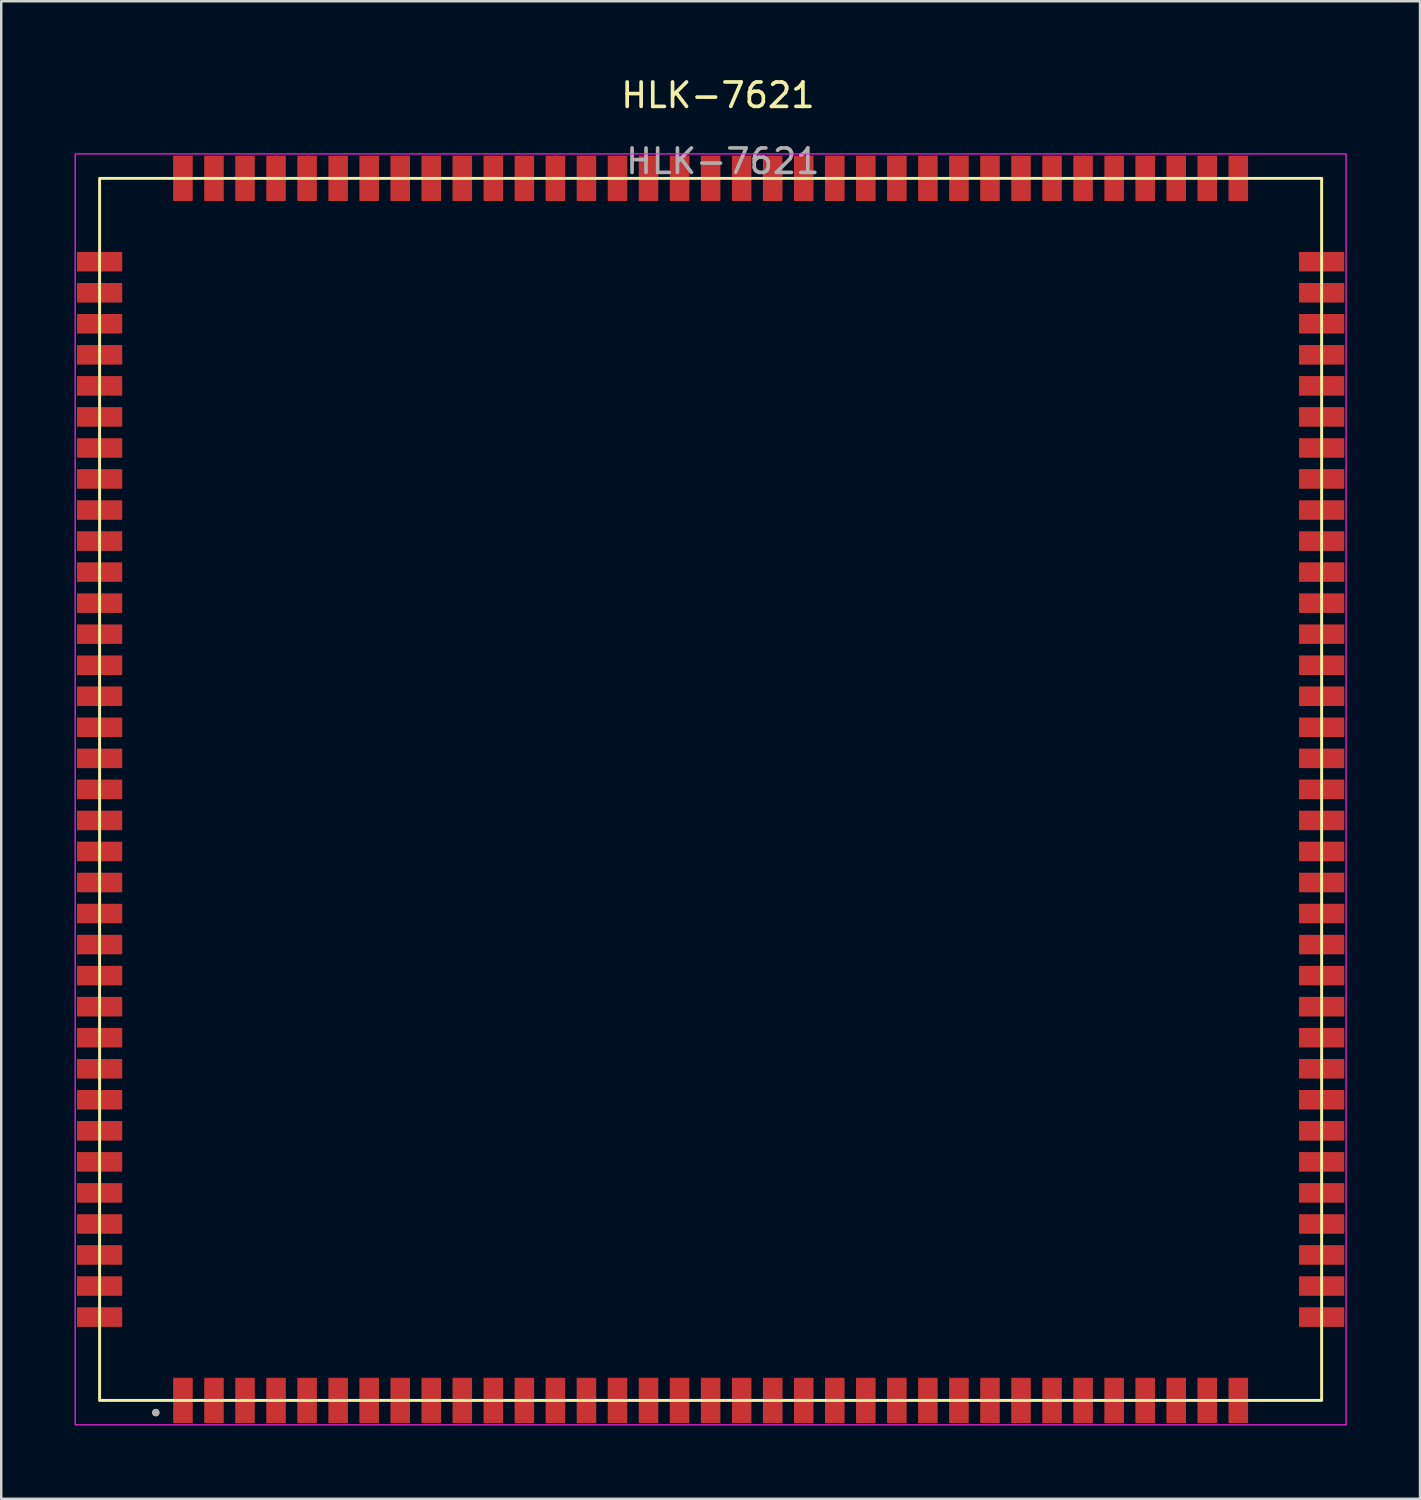
<source format=kicad_pcb>
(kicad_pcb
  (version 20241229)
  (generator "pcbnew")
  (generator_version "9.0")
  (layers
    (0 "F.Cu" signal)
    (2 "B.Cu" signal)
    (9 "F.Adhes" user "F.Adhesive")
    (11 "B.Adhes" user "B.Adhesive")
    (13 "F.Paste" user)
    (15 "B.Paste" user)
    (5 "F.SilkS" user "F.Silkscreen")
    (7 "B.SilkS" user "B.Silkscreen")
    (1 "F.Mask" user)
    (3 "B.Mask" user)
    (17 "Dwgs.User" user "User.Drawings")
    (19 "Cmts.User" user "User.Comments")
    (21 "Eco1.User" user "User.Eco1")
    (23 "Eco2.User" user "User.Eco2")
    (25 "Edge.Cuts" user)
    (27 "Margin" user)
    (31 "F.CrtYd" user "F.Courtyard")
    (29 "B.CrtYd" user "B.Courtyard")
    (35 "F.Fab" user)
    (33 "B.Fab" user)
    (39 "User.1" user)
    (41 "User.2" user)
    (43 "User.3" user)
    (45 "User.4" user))
  (footprint "HLK-7621"
    (layer "F.Cu")
    (at 26.025 29.248)
    (property "Reference" "HLK-7621" (at 0.3 -28.4 0) (unlocked yes) (layer "F.SilkS") (effects (font (size 1 1) (thickness 0.15))))
    (attr smd)
    (fp_rect (start -25 -25) (end 25 25) (stroke (width 0.12) (type solid)) (fill no) (layer "F.SilkS"))
    (fp_circle (center -22.7 25.5) (end -22.625 25.5) (stroke (width 0.15) (type solid)) (fill no) (layer "F.SilkS"))
    (fp_rect (start -26 -26) (end 26 26) (stroke (width 0.05) (type solid)) (fill no) (layer "F.CrtYd"))
    (fp_circle (center -22.7 25.5) (end -22.625 25.5) (stroke (width 0.15) (type solid)) (fill no) (layer "F.Fab"))
    (fp_text user "${REFERENCE}" (at 0.5 -25.7 0) (unlocked yes) (layer "F.Fab") (effects (font (size 1 1) (thickness 0.15))))
    (pad "1" smd roundrect (at -21.59 25) (size 0.8 1.85) (layers "F.Cu" "F.Mask" "F.Paste") (roundrect_rratio 0.025))
    (pad "2" smd roundrect (at -20.32 25) (size 0.8 1.85) (layers "F.Cu" "F.Mask" "F.Paste") (roundrect_rratio 0.025))
    (pad "3" smd roundrect (at -19.05 25) (size 0.8 1.85) (layers "F.Cu" "F.Mask" "F.Paste") (roundrect_rratio 0.025))
    (pad "4" smd roundrect (at -17.78 25) (size 0.8 1.85) (layers "F.Cu" "F.Mask" "F.Paste") (roundrect_rratio 0.025))
    (pad "5" smd roundrect (at -16.51 25) (size 0.8 1.85) (layers "F.Cu" "F.Mask" "F.Paste") (roundrect_rratio 0.025))
    (pad "6" smd roundrect (at -15.24 25) (size 0.8 1.85) (layers "F.Cu" "F.Mask" "F.Paste") (roundrect_rratio 0.025))
    (pad "7" smd roundrect (at -13.97 25) (size 0.8 1.85) (layers "F.Cu" "F.Mask" "F.Paste") (roundrect_rratio 0.025))
    (pad "8" smd roundrect (at -12.7 25) (size 0.8 1.85) (layers "F.Cu" "F.Mask" "F.Paste") (roundrect_rratio 0.025))
    (pad "9" smd roundrect (at -11.43 25) (size 0.8 1.85) (layers "F.Cu" "F.Mask" "F.Paste") (roundrect_rratio 0.025))
    (pad "10" smd roundrect (at -10.16 25) (size 0.8 1.85) (layers "F.Cu" "F.Mask" "F.Paste") (roundrect_rratio 0.025))
    (pad "11" smd roundrect (at -8.89 25) (size 0.8 1.85) (layers "F.Cu" "F.Mask" "F.Paste") (roundrect_rratio 0.025))
    (pad "12" smd roundrect (at -7.62 25) (size 0.8 1.85) (layers "F.Cu" "F.Mask" "F.Paste") (roundrect_rratio 0.025))
    (pad "13" smd roundrect (at -6.35 25) (size 0.8 1.85) (layers "F.Cu" "F.Mask" "F.Paste") (roundrect_rratio 0.025))
    (pad "14" smd roundrect (at -5.08 25) (size 0.8 1.85) (layers "F.Cu" "F.Mask" "F.Paste") (roundrect_rratio 0.025))
    (pad "15" smd roundrect (at -3.81 25) (size 0.8 1.85) (layers "F.Cu" "F.Mask" "F.Paste") (roundrect_rratio 0.025))
    (pad "16" smd roundrect (at -2.54 25) (size 0.8 1.85) (layers "F.Cu" "F.Mask" "F.Paste") (roundrect_rratio 0.025))
    (pad "17" smd roundrect (at -1.27 25) (size 0.8 1.85) (layers "F.Cu" "F.Mask" "F.Paste") (roundrect_rratio 0.025))
    (pad "18" smd roundrect (at 0 25) (size 0.8 1.85) (layers "F.Cu" "F.Mask" "F.Paste") (roundrect_rratio 0.025))
    (pad "19" smd roundrect (at 1.27 25) (size 0.8 1.85) (layers "F.Cu" "F.Mask" "F.Paste") (roundrect_rratio 0.025))
    (pad "20" smd roundrect (at 2.54 25) (size 0.8 1.85) (layers "F.Cu" "F.Mask" "F.Paste") (roundrect_rratio 0.025))
    (pad "21" smd roundrect (at 3.81 25) (size 0.8 1.85) (layers "F.Cu" "F.Mask" "F.Paste") (roundrect_rratio 0.025))
    (pad "22" smd roundrect (at 5.08 25) (size 0.8 1.85) (layers "F.Cu" "F.Mask" "F.Paste") (roundrect_rratio 0.025))
    (pad "23" smd roundrect (at 6.35 25) (size 0.8 1.85) (layers "F.Cu" "F.Mask" "F.Paste") (roundrect_rratio 0.025))
    (pad "24" smd roundrect (at 7.62 25) (size 0.8 1.85) (layers "F.Cu" "F.Mask" "F.Paste") (roundrect_rratio 0.025))
    (pad "25" smd roundrect (at 8.89 25) (size 0.8 1.85) (layers "F.Cu" "F.Mask" "F.Paste") (roundrect_rratio 0.025))
    (pad "26" smd roundrect (at 10.16 25) (size 0.8 1.85) (layers "F.Cu" "F.Mask" "F.Paste") (roundrect_rratio 0.025))
    (pad "27" smd roundrect (at 11.43 25) (size 0.8 1.85) (layers "F.Cu" "F.Mask" "F.Paste") (roundrect_rratio 0.025))
    (pad "28" smd roundrect (at 12.7 25) (size 0.8 1.85) (layers "F.Cu" "F.Mask" "F.Paste") (roundrect_rratio 0.025))
    (pad "29" smd roundrect (at 13.97 25) (size 0.8 1.85) (layers "F.Cu" "F.Mask" "F.Paste") (roundrect_rratio 0.025))
    (pad "30" smd roundrect (at 15.24 25) (size 0.8 1.85) (layers "F.Cu" "F.Mask" "F.Paste") (roundrect_rratio 0.025))
    (pad "31" smd roundrect (at 16.51 25) (size 0.8 1.85) (layers "F.Cu" "F.Mask" "F.Paste") (roundrect_rratio 0.025))
    (pad "32" smd roundrect (at 17.78 25) (size 0.8 1.85) (layers "F.Cu" "F.Mask" "F.Paste") (roundrect_rratio 0.025))
    (pad "33" smd roundrect (at 19.05 25) (size 0.8 1.85) (layers "F.Cu" "F.Mask" "F.Paste") (roundrect_rratio 0.025))
    (pad "34" smd roundrect (at 20.32 25) (size 0.8 1.85) (layers "F.Cu" "F.Mask" "F.Paste") (roundrect_rratio 0.025))
    (pad "35" smd roundrect (at 21.59 25) (size 0.8 1.85) (layers "F.Cu" "F.Mask" "F.Paste") (roundrect_rratio 0.025))
    (pad "36" smd roundrect (at 25 21.59 90) (size 0.8 1.85) (layers "F.Cu" "F.Mask" "F.Paste") (roundrect_rratio 0.025))
    (pad "37" smd roundrect (at 25 20.32 90) (size 0.8 1.85) (layers "F.Cu" "F.Mask" "F.Paste") (roundrect_rratio 0.025))
    (pad "38" smd roundrect (at 25 19.05 90) (size 0.8 1.85) (layers "F.Cu" "F.Mask" "F.Paste") (roundrect_rratio 0.025))
    (pad "39" smd roundrect (at 25 17.78 90) (size 0.8 1.85) (layers "F.Cu" "F.Mask" "F.Paste") (roundrect_rratio 0.025))
    (pad "40" smd roundrect (at 25 16.51 90) (size 0.8 1.85) (layers "F.Cu" "F.Mask" "F.Paste") (roundrect_rratio 0.025))
    (pad "41" smd roundrect (at 25 15.24 90) (size 0.8 1.85) (layers "F.Cu" "F.Mask" "F.Paste") (roundrect_rratio 0.025))
    (pad "42" smd roundrect (at 25 13.97 90) (size 0.8 1.85) (layers "F.Cu" "F.Mask" "F.Paste") (roundrect_rratio 0.025))
    (pad "43" smd roundrect (at 25 12.7 90) (size 0.8 1.85) (layers "F.Cu" "F.Mask" "F.Paste") (roundrect_rratio 0.025))
    (pad "44" smd roundrect (at 25 11.43 90) (size 0.8 1.85) (layers "F.Cu" "F.Mask" "F.Paste") (roundrect_rratio 0.025))
    (pad "45" smd roundrect (at 25 10.16 90) (size 0.8 1.85) (layers "F.Cu" "F.Mask" "F.Paste") (roundrect_rratio 0.025))
    (pad "46" smd roundrect (at 25 8.89 90) (size 0.8 1.85) (layers "F.Cu" "F.Mask" "F.Paste") (roundrect_rratio 0.025))
    (pad "47" smd roundrect (at 25 7.62 90) (size 0.8 1.85) (layers "F.Cu" "F.Mask" "F.Paste") (roundrect_rratio 0.025))
    (pad "48" smd roundrect (at 25 6.35 90) (size 0.8 1.85) (layers "F.Cu" "F.Mask" "F.Paste") (roundrect_rratio 0.025))
    (pad "49" smd roundrect (at 25 5.08 90) (size 0.8 1.85) (layers "F.Cu" "F.Mask" "F.Paste") (roundrect_rratio 0.025))
    (pad "50" smd roundrect (at 25 3.81 90) (size 0.8 1.85) (layers "F.Cu" "F.Mask" "F.Paste") (roundrect_rratio 0.025))
    (pad "51" smd roundrect (at 25 2.54 90) (size 0.8 1.85) (layers "F.Cu" "F.Mask" "F.Paste") (roundrect_rratio 0.025))
    (pad "52" smd roundrect (at 25 1.27 90) (size 0.8 1.85) (layers "F.Cu" "F.Mask" "F.Paste") (roundrect_rratio 0.025))
    (pad "53" smd roundrect (at 25 0 90) (size 0.8 1.85) (layers "F.Cu" "F.Mask" "F.Paste") (roundrect_rratio 0.025))
    (pad "54" smd roundrect (at 25 -1.27 90) (size 0.8 1.85) (layers "F.Cu" "F.Mask" "F.Paste") (roundrect_rratio 0.025))
    (pad "55" smd roundrect (at 25 -2.54 90) (size 0.8 1.85) (layers "F.Cu" "F.Mask" "F.Paste") (roundrect_rratio 0.025))
    (pad "56" smd roundrect (at 25 -3.81 90) (size 0.8 1.85) (layers "F.Cu" "F.Mask" "F.Paste") (roundrect_rratio 0.025))
    (pad "57" smd roundrect (at 25 -5.08 90) (size 0.8 1.85) (layers "F.Cu" "F.Mask" "F.Paste") (roundrect_rratio 0.025))
    (pad "58" smd roundrect (at 25 -6.35 90) (size 0.8 1.85) (layers "F.Cu" "F.Mask" "F.Paste") (roundrect_rratio 0.025))
    (pad "59" smd roundrect (at 25 -7.62 90) (size 0.8 1.85) (layers "F.Cu" "F.Mask" "F.Paste") (roundrect_rratio 0.025))
    (pad "60" smd roundrect (at 25 -8.89 90) (size 0.8 1.85) (layers "F.Cu" "F.Mask" "F.Paste") (roundrect_rratio 0.025))
    (pad "61" smd roundrect (at 25 -10.16 90) (size 0.8 1.85) (layers "F.Cu" "F.Mask" "F.Paste") (roundrect_rratio 0.025))
    (pad "62" smd roundrect (at 25 -11.43 90) (size 0.8 1.85) (layers "F.Cu" "F.Mask" "F.Paste") (roundrect_rratio 0.025))
    (pad "63" smd roundrect (at 25 -12.7 90) (size 0.8 1.85) (layers "F.Cu" "F.Mask" "F.Paste") (roundrect_rratio 0.025))
    (pad "64" smd roundrect (at 25 -13.97 90) (size 0.8 1.85) (layers "F.Cu" "F.Mask" "F.Paste") (roundrect_rratio 0.025))
    (pad "65" smd roundrect (at 25 -15.24 90) (size 0.8 1.85) (layers "F.Cu" "F.Mask" "F.Paste") (roundrect_rratio 0.025))
    (pad "66" smd roundrect (at 25 -16.51 90) (size 0.8 1.85) (layers "F.Cu" "F.Mask" "F.Paste") (roundrect_rratio 0.025))
    (pad "67" smd roundrect (at 25 -17.78 90) (size 0.8 1.85) (layers "F.Cu" "F.Mask" "F.Paste") (roundrect_rratio 0.025))
    (pad "68" smd roundrect (at 25 -19.05 90) (size 0.8 1.85) (layers "F.Cu" "F.Mask" "F.Paste") (roundrect_rratio 0.025))
    (pad "69" smd roundrect (at 25 -20.32 90) (size 0.8 1.85) (layers "F.Cu" "F.Mask" "F.Paste") (roundrect_rratio 0.025))
    (pad "70" smd roundrect (at 25 -21.59 90) (size 0.8 1.85) (layers "F.Cu" "F.Mask" "F.Paste") (roundrect_rratio 0.025))
    (pad "71" smd roundrect (at 21.59 -25 180) (size 0.8 1.85) (layers "F.Cu" "F.Mask" "F.Paste") (roundrect_rratio 0.025))
    (pad "72" smd roundrect (at 20.32 -25 180) (size 0.8 1.85) (layers "F.Cu" "F.Mask" "F.Paste") (roundrect_rratio 0.025))
    (pad "73" smd roundrect (at 19.05 -25 180) (size 0.8 1.85) (layers "F.Cu" "F.Mask" "F.Paste") (roundrect_rratio 0.025))
    (pad "74" smd roundrect (at 17.78 -25 180) (size 0.8 1.85) (layers "F.Cu" "F.Mask" "F.Paste") (roundrect_rratio 0.025))
    (pad "75" smd roundrect (at 16.51 -25 180) (size 0.8 1.85) (layers "F.Cu" "F.Mask" "F.Paste") (roundrect_rratio 0.025))
    (pad "76" smd roundrect (at 15.24 -25 180) (size 0.8 1.85) (layers "F.Cu" "F.Mask" "F.Paste") (roundrect_rratio 0.025))
    (pad "77" smd roundrect (at 13.97 -25 180) (size 0.8 1.85) (layers "F.Cu" "F.Mask" "F.Paste") (roundrect_rratio 0.025))
    (pad "78" smd roundrect (at 12.7 -25 180) (size 0.8 1.85) (layers "F.Cu" "F.Mask" "F.Paste") (roundrect_rratio 0.025))
    (pad "79" smd roundrect (at 11.43 -25 180) (size 0.8 1.85) (layers "F.Cu" "F.Mask" "F.Paste") (roundrect_rratio 0.025))
    (pad "80" smd roundrect (at 10.16 -25 180) (size 0.8 1.85) (layers "F.Cu" "F.Mask" "F.Paste") (roundrect_rratio 0.025))
    (pad "81" smd roundrect (at 8.89 -25 180) (size 0.8 1.85) (layers "F.Cu" "F.Mask" "F.Paste") (roundrect_rratio 0.025))
    (pad "82" smd roundrect (at 7.62 -25 180) (size 0.8 1.85) (layers "F.Cu" "F.Mask" "F.Paste") (roundrect_rratio 0.025))
    (pad "83" smd roundrect (at 6.35 -25 180) (size 0.8 1.85) (layers "F.Cu" "F.Mask" "F.Paste") (roundrect_rratio 0.025))
    (pad "84" smd roundrect (at 5.08 -25 180) (size 0.8 1.85) (layers "F.Cu" "F.Mask" "F.Paste") (roundrect_rratio 0.025))
    (pad "85" smd roundrect (at 3.81 -25 180) (size 0.8 1.85) (layers "F.Cu" "F.Mask" "F.Paste") (roundrect_rratio 0.025))
    (pad "86" smd roundrect (at 2.54 -25 180) (size 0.8 1.85) (layers "F.Cu" "F.Mask" "F.Paste") (roundrect_rratio 0.025))
    (pad "87" smd roundrect (at 1.27 -25 180) (size 0.8 1.85) (layers "F.Cu" "F.Mask" "F.Paste") (roundrect_rratio 0.025))
    (pad "88" smd roundrect (at 0 -25 180) (size 0.8 1.85) (layers "F.Cu" "F.Mask" "F.Paste") (roundrect_rratio 0.025))
    (pad "89" smd roundrect (at -1.27 -25 180) (size 0.8 1.85) (layers "F.Cu" "F.Mask" "F.Paste") (roundrect_rratio 0.025))
    (pad "90" smd roundrect (at -2.54 -25 180) (size 0.8 1.85) (layers "F.Cu" "F.Mask" "F.Paste") (roundrect_rratio 0.025))
    (pad "91" smd roundrect (at -3.81 -25 180) (size 0.8 1.85) (layers "F.Cu" "F.Mask" "F.Paste") (roundrect_rratio 0.025))
    (pad "92" smd roundrect (at -5.08 -25 180) (size 0.8 1.85) (layers "F.Cu" "F.Mask" "F.Paste") (roundrect_rratio 0.025))
    (pad "93" smd roundrect (at -6.35 -25 180) (size 0.8 1.85) (layers "F.Cu" "F.Mask" "F.Paste") (roundrect_rratio 0.025))
    (pad "94" smd roundrect (at -7.62 -25 180) (size 0.8 1.85) (layers "F.Cu" "F.Mask" "F.Paste") (roundrect_rratio 0.025))
    (pad "95" smd roundrect (at -8.89 -25 180) (size 0.8 1.85) (layers "F.Cu" "F.Mask" "F.Paste") (roundrect_rratio 0.025))
    (pad "96" smd roundrect (at -10.16 -25 180) (size 0.8 1.85) (layers "F.Cu" "F.Mask" "F.Paste") (roundrect_rratio 0.025))
    (pad "97" smd roundrect (at -11.43 -25 180) (size 0.8 1.85) (layers "F.Cu" "F.Mask" "F.Paste") (roundrect_rratio 0.025))
    (pad "98" smd roundrect (at -12.7 -25 180) (size 0.8 1.85) (layers "F.Cu" "F.Mask" "F.Paste") (roundrect_rratio 0.025))
    (pad "99" smd roundrect (at -13.97 -25 180) (size 0.8 1.85) (layers "F.Cu" "F.Mask" "F.Paste") (roundrect_rratio 0.025))
    (pad "100" smd roundrect (at -15.24 -25 180) (size 0.8 1.85) (layers "F.Cu" "F.Mask" "F.Paste") (roundrect_rratio 0.025))
    (pad "101" smd roundrect (at -16.51 -25 180) (size 0.8 1.85) (layers "F.Cu" "F.Mask" "F.Paste") (roundrect_rratio 0.025))
    (pad "102" smd roundrect (at -17.78 -25 180) (size 0.8 1.85) (layers "F.Cu" "F.Mask" "F.Paste") (roundrect_rratio 0.025))
    (pad "103" smd roundrect (at -19.05 -25 180) (size 0.8 1.85) (layers "F.Cu" "F.Mask" "F.Paste") (roundrect_rratio 0.025))
    (pad "104" smd roundrect (at -20.32 -25 180) (size 0.8 1.85) (layers "F.Cu" "F.Mask" "F.Paste") (roundrect_rratio 0.025))
    (pad "105" smd roundrect (at -21.59 -25 180) (size 0.8 1.85) (layers "F.Cu" "F.Mask" "F.Paste") (roundrect_rratio 0.025))
    (pad "106" smd roundrect (at -25 -21.59 270) (size 0.8 1.85) (layers "F.Cu" "F.Mask" "F.Paste") (roundrect_rratio 0.025))
    (pad "107" smd roundrect (at -25 -20.32 270) (size 0.8 1.85) (layers "F.Cu" "F.Mask" "F.Paste") (roundrect_rratio 0.025))
    (pad "108" smd roundrect (at -25 -19.05 270) (size 0.8 1.85) (layers "F.Cu" "F.Mask" "F.Paste") (roundrect_rratio 0.025))
    (pad "109" smd roundrect (at -25 -17.78 270) (size 0.8 1.85) (layers "F.Cu" "F.Mask" "F.Paste") (roundrect_rratio 0.025))
    (pad "110" smd roundrect (at -25 -16.51 270) (size 0.8 1.85) (layers "F.Cu" "F.Mask" "F.Paste") (roundrect_rratio 0.025))
    (pad "111" smd roundrect (at -25 -15.24 270) (size 0.8 1.85) (layers "F.Cu" "F.Mask" "F.Paste") (roundrect_rratio 0.025))
    (pad "112" smd roundrect (at -25 -13.97 270) (size 0.8 1.85) (layers "F.Cu" "F.Mask" "F.Paste") (roundrect_rratio 0.025))
    (pad "113" smd roundrect (at -25 -12.7 270) (size 0.8 1.85) (layers "F.Cu" "F.Mask" "F.Paste") (roundrect_rratio 0.025))
    (pad "114" smd roundrect (at -25 -11.43 270) (size 0.8 1.85) (layers "F.Cu" "F.Mask" "F.Paste") (roundrect_rratio 0.025))
    (pad "115" smd roundrect (at -25 -10.16 270) (size 0.8 1.85) (layers "F.Cu" "F.Mask" "F.Paste") (roundrect_rratio 0.025))
    (pad "116" smd roundrect (at -25 -8.89 270) (size 0.8 1.85) (layers "F.Cu" "F.Mask" "F.Paste") (roundrect_rratio 0.025))
    (pad "117" smd roundrect (at -25 -7.62 270) (size 0.8 1.85) (layers "F.Cu" "F.Mask" "F.Paste") (roundrect_rratio 0.025))
    (pad "118" smd roundrect (at -25 -6.35 270) (size 0.8 1.85) (layers "F.Cu" "F.Mask" "F.Paste") (roundrect_rratio 0.025))
    (pad "119" smd roundrect (at -25 -5.08 270) (size 0.8 1.85) (layers "F.Cu" "F.Mask" "F.Paste") (roundrect_rratio 0.025))
    (pad "120" smd roundrect (at -25 -3.81 270) (size 0.8 1.85) (layers "F.Cu" "F.Mask" "F.Paste") (roundrect_rratio 0.025))
    (pad "121" smd roundrect (at -25 -2.54 270) (size 0.8 1.85) (layers "F.Cu" "F.Mask" "F.Paste") (roundrect_rratio 0.025))
    (pad "122" smd roundrect (at -25 -1.27 270) (size 0.8 1.85) (layers "F.Cu" "F.Mask" "F.Paste") (roundrect_rratio 0.025))
    (pad "123" smd roundrect (at -25 0 270) (size 0.8 1.85) (layers "F.Cu" "F.Mask" "F.Paste") (roundrect_rratio 0.025))
    (pad "124" smd roundrect (at -25 1.27 270) (size 0.8 1.85) (layers "F.Cu" "F.Mask" "F.Paste") (roundrect_rratio 0.025))
    (pad "125" smd roundrect (at -25 2.54 270) (size 0.8 1.85) (layers "F.Cu" "F.Mask" "F.Paste") (roundrect_rratio 0.025))
    (pad "126" smd roundrect (at -25 3.81 270) (size 0.8 1.85) (layers "F.Cu" "F.Mask" "F.Paste") (roundrect_rratio 0.025))
    (pad "127" smd roundrect (at -25 5.08 270) (size 0.8 1.85) (layers "F.Cu" "F.Mask" "F.Paste") (roundrect_rratio 0.025))
    (pad "128" smd roundrect (at -25 6.35 270) (size 0.8 1.85) (layers "F.Cu" "F.Mask" "F.Paste") (roundrect_rratio 0.025))
    (pad "129" smd roundrect (at -25 7.62 270) (size 0.8 1.85) (layers "F.Cu" "F.Mask" "F.Paste") (roundrect_rratio 0.025))
    (pad "130" smd roundrect (at -25 8.89 270) (size 0.8 1.85) (layers "F.Cu" "F.Mask" "F.Paste") (roundrect_rratio 0.025))
    (pad "131" smd roundrect (at -25 10.16 270) (size 0.8 1.85) (layers "F.Cu" "F.Mask" "F.Paste") (roundrect_rratio 0.025))
    (pad "132" smd roundrect (at -25 11.43 270) (size 0.8 1.85) (layers "F.Cu" "F.Mask" "F.Paste") (roundrect_rratio 0.025))
    (pad "133" smd roundrect (at -25 12.7 270) (size 0.8 1.85) (layers "F.Cu" "F.Mask" "F.Paste") (roundrect_rratio 0.025))
    (pad "134" smd roundrect (at -25 13.97 270) (size 0.8 1.85) (layers "F.Cu" "F.Mask" "F.Paste") (roundrect_rratio 0.025))
    (pad "135" smd roundrect (at -25 15.24 270) (size 0.8 1.85) (layers "F.Cu" "F.Mask" "F.Paste") (roundrect_rratio 0.025))
    (pad "136" smd roundrect (at -25 16.51 270) (size 0.8 1.85) (layers "F.Cu" "F.Mask" "F.Paste") (roundrect_rratio 0.025))
    (pad "137" smd roundrect (at -25 17.78 270) (size 0.8 1.85) (layers "F.Cu" "F.Mask" "F.Paste") (roundrect_rratio 0.025))
    (pad "138" smd roundrect (at -25 19.05 270) (size 0.8 1.85) (layers "F.Cu" "F.Mask" "F.Paste") (roundrect_rratio 0.025))
    (pad "139" smd roundrect (at -25 20.32 270) (size 0.8 1.85) (layers "F.Cu" "F.Mask" "F.Paste") (roundrect_rratio 0.025))
    (pad "140" smd roundrect (at -25 21.59 270) (size 0.8 1.85) (layers "F.Cu" "F.Mask" "F.Paste") (roundrect_rratio 0.025)))
  (gr_rect
    (start -3 -3)
    (end 55.05 58.273)
    (stroke (width 0.1) (type default))
    (fill no)
    (layer "Edge.Cuts")))
</source>
